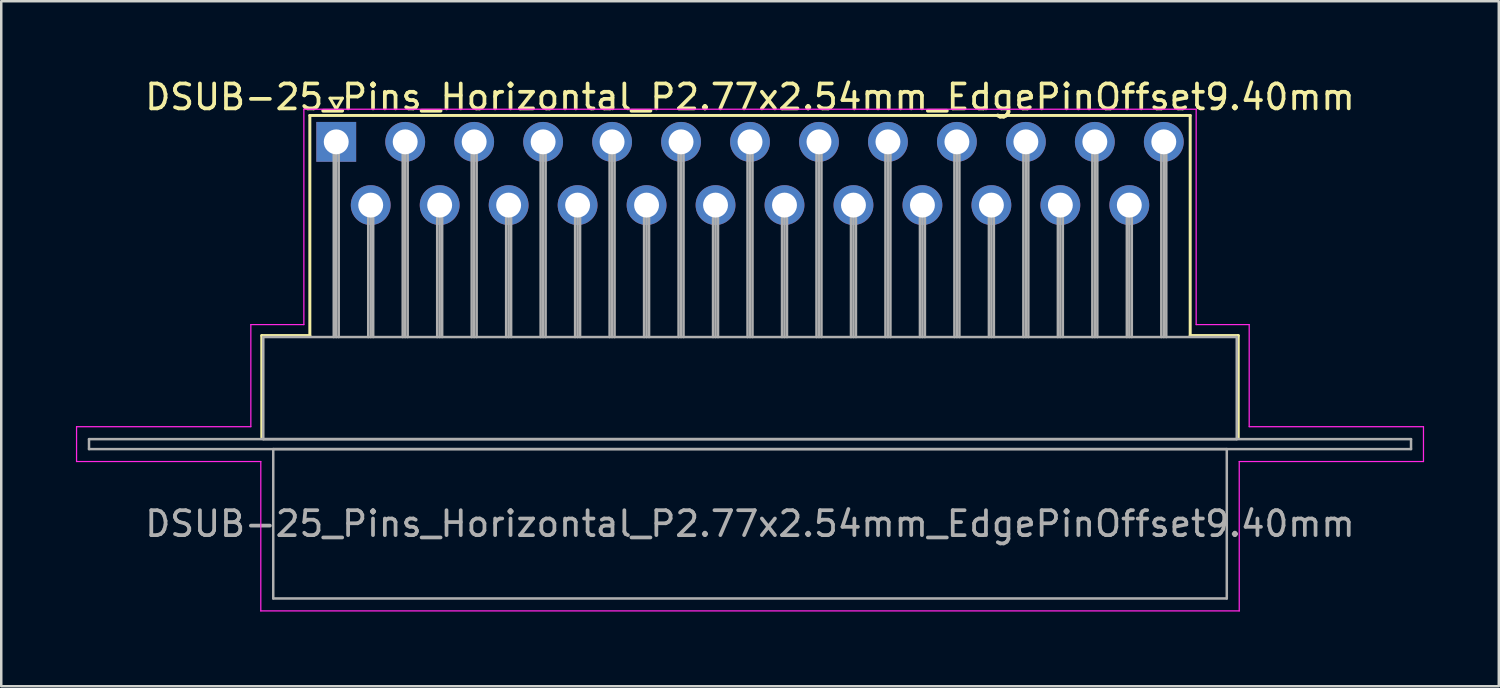
<source format=kicad_pcb>
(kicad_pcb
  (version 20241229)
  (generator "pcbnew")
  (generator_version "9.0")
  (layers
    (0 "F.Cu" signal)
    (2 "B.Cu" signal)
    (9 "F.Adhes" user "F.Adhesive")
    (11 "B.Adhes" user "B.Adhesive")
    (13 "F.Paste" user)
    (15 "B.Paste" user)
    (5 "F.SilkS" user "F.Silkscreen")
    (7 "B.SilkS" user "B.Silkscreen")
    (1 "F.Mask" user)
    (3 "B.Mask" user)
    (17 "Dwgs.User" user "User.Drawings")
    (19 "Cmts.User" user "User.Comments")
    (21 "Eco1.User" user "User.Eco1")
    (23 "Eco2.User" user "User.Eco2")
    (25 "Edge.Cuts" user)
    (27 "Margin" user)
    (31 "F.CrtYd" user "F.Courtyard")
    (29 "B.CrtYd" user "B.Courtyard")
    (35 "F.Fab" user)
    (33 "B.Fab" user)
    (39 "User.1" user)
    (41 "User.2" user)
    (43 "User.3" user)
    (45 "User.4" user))
  (footprint "DSUB-25_Pins_Horizontal_P2.77x2.54mm_EdgePinOffset9.40mm"
    (layer "F.Cu")
    (at 10.455 2.648)
    (property "Reference" "DSUB-25_Pins_Horizontal_P2.77x2.54mm_EdgePinOffset9.40mm" (at 16.62 -1.8 0) (layer "F.SilkS") (effects (font (size 1 1) (thickness 0.15))))
    (attr through_hole)
    (fp_line (start -2.99 7.78) (end -1.06 7.78) (stroke (width 0.12) (type solid)) (layer "F.SilkS"))
    (fp_line (start -2.99 11.88) (end -2.99 7.78) (stroke (width 0.12) (type solid)) (layer "F.SilkS"))
    (fp_line (start -1.06 -1.06) (end 34.3 -1.06) (stroke (width 0.12) (type solid)) (layer "F.SilkS"))
    (fp_line (start -1.06 7.78) (end -1.06 -1.06) (stroke (width 0.12) (type solid)) (layer "F.SilkS"))
    (fp_line (start -0.25 -1.754) (end 0.25 -1.754) (stroke (width 0.12) (type solid)) (layer "F.SilkS"))
    (fp_line (start 0 -1.321) (end -0.25 -1.754) (stroke (width 0.12) (type solid)) (layer "F.SilkS"))
    (fp_line (start 0.25 -1.754) (end 0 -1.321) (stroke (width 0.12) (type solid)) (layer "F.SilkS"))
    (fp_line (start 34.3 -1.06) (end 34.3 7.78) (stroke (width 0.12) (type solid)) (layer "F.SilkS"))
    (fp_line (start 34.3 7.78) (end 36.23 7.78) (stroke (width 0.12) (type solid)) (layer "F.SilkS"))
    (fp_line (start 36.23 7.78) (end 36.23 11.88) (stroke (width 0.12) (type solid)) (layer "F.SilkS"))
    (fp_line (start -10.43 11.44) (end -3.43 11.44) (stroke (width 0.05) (type solid)) (layer "F.CrtYd"))
    (fp_line (start -10.43 12.84) (end -10.43 11.44) (stroke (width 0.05) (type solid)) (layer "F.CrtYd"))
    (fp_line (start -3.43 7.34) (end -1.3 7.34) (stroke (width 0.05) (type solid)) (layer "F.CrtYd"))
    (fp_line (start -3.43 11.44) (end -3.43 7.34) (stroke (width 0.05) (type solid)) (layer "F.CrtYd"))
    (fp_line (start -3.03 12.84) (end -10.43 12.84) (stroke (width 0.05) (type solid)) (layer "F.CrtYd"))
    (fp_line (start -3.03 18.84) (end -3.03 12.84) (stroke (width 0.05) (type solid)) (layer "F.CrtYd"))
    (fp_line (start -1.3 -1.31) (end 34.54 -1.31) (stroke (width 0.05) (type solid)) (layer "F.CrtYd"))
    (fp_line (start -1.3 7.34) (end -1.3 -1.31) (stroke (width 0.05) (type solid)) (layer "F.CrtYd"))
    (fp_line (start 34.54 -1.31) (end 34.54 7.34) (stroke (width 0.05) (type solid)) (layer "F.CrtYd"))
    (fp_line (start 34.54 7.34) (end 36.67 7.34) (stroke (width 0.05) (type solid)) (layer "F.CrtYd"))
    (fp_line (start 36.27 12.84) (end 36.27 18.84) (stroke (width 0.05) (type solid)) (layer "F.CrtYd"))
    (fp_line (start 36.27 18.84) (end -3.03 18.84) (stroke (width 0.05) (type solid)) (layer "F.CrtYd"))
    (fp_line (start 36.67 7.34) (end 36.67 11.44) (stroke (width 0.05) (type solid)) (layer "F.CrtYd"))
    (fp_line (start 36.67 11.44) (end 43.67 11.44) (stroke (width 0.05) (type solid)) (layer "F.CrtYd"))
    (fp_line (start 43.67 11.44) (end 43.67 12.84) (stroke (width 0.05) (type solid)) (layer "F.CrtYd"))
    (fp_line (start 43.67 12.84) (end 36.27 12.84) (stroke (width 0.05) (type solid)) (layer "F.CrtYd"))
    (fp_line (start -9.93 11.94) (end -9.93 12.34) (stroke (width 0.1) (type solid)) (layer "F.Fab"))
    (fp_line (start -9.93 12.34) (end 43.17 12.34) (stroke (width 0.1) (type solid)) (layer "F.Fab"))
    (fp_line (start -2.93 7.84) (end -2.93 11.94) (stroke (width 0.1) (type solid)) (layer "F.Fab"))
    (fp_line (start -2.93 11.94) (end 36.17 11.94) (stroke (width 0.1) (type solid)) (layer "F.Fab"))
    (fp_line (start -2.53 12.34) (end -2.53 18.34) (stroke (width 0.1) (type solid)) (layer "F.Fab"))
    (fp_line (start -2.53 18.34) (end 35.77 18.34) (stroke (width 0.1) (type solid)) (layer "F.Fab"))
    (fp_line (start -0.1 0) (end -0.1 7.84) (stroke (width 0.1) (type solid)) (layer "F.Fab"))
    (fp_line (start 0 0) (end 0 7.84) (stroke (width 0.1) (type solid)) (layer "F.Fab"))
    (fp_line (start 0.1 0) (end 0.1 7.84) (stroke (width 0.1) (type solid)) (layer "F.Fab"))
    (fp_line (start 1.285 2.54) (end 1.285 7.84) (stroke (width 0.1) (type solid)) (layer "F.Fab"))
    (fp_line (start 1.385 2.54) (end 1.385 7.84) (stroke (width 0.1) (type solid)) (layer "F.Fab"))
    (fp_line (start 1.485 2.54) (end 1.485 7.84) (stroke (width 0.1) (type solid)) (layer "F.Fab"))
    (fp_line (start 2.67 0) (end 2.67 7.84) (stroke (width 0.1) (type solid)) (layer "F.Fab"))
    (fp_line (start 2.77 0) (end 2.77 7.84) (stroke (width 0.1) (type solid)) (layer "F.Fab"))
    (fp_line (start 2.87 0) (end 2.87 7.84) (stroke (width 0.1) (type solid)) (layer "F.Fab"))
    (fp_line (start 4.055 2.54) (end 4.055 7.84) (stroke (width 0.1) (type solid)) (layer "F.Fab"))
    (fp_line (start 4.155 2.54) (end 4.155 7.84) (stroke (width 0.1) (type solid)) (layer "F.Fab"))
    (fp_line (start 4.255 2.54) (end 4.255 7.84) (stroke (width 0.1) (type solid)) (layer "F.Fab"))
    (fp_line (start 5.44 0) (end 5.44 7.84) (stroke (width 0.1) (type solid)) (layer "F.Fab"))
    (fp_line (start 5.54 0) (end 5.54 7.84) (stroke (width 0.1) (type solid)) (layer "F.Fab"))
    (fp_line (start 5.64 0) (end 5.64 7.84) (stroke (width 0.1) (type solid)) (layer "F.Fab"))
    (fp_line (start 6.825 2.54) (end 6.825 7.84) (stroke (width 0.1) (type solid)) (layer "F.Fab"))
    (fp_line (start 6.925 2.54) (end 6.925 7.84) (stroke (width 0.1) (type solid)) (layer "F.Fab"))
    (fp_line (start 7.025 2.54) (end 7.025 7.84) (stroke (width 0.1) (type solid)) (layer "F.Fab"))
    (fp_line (start 8.21 0) (end 8.21 7.84) (stroke (width 0.1) (type solid)) (layer "F.Fab"))
    (fp_line (start 8.31 0) (end 8.31 7.84) (stroke (width 0.1) (type solid)) (layer "F.Fab"))
    (fp_line (start 8.41 0) (end 8.41 7.84) (stroke (width 0.1) (type solid)) (layer "F.Fab"))
    (fp_line (start 9.595 2.54) (end 9.595 7.84) (stroke (width 0.1) (type solid)) (layer "F.Fab"))
    (fp_line (start 9.695 2.54) (end 9.695 7.84) (stroke (width 0.1) (type solid)) (layer "F.Fab"))
    (fp_line (start 9.795 2.54) (end 9.795 7.84) (stroke (width 0.1) (type solid)) (layer "F.Fab"))
    (fp_line (start 10.98 0) (end 10.98 7.84) (stroke (width 0.1) (type solid)) (layer "F.Fab"))
    (fp_line (start 11.08 0) (end 11.08 7.84) (stroke (width 0.1) (type solid)) (layer "F.Fab"))
    (fp_line (start 11.18 0) (end 11.18 7.84) (stroke (width 0.1) (type solid)) (layer "F.Fab"))
    (fp_line (start 12.365 2.54) (end 12.365 7.84) (stroke (width 0.1) (type solid)) (layer "F.Fab"))
    (fp_line (start 12.465 2.54) (end 12.465 7.84) (stroke (width 0.1) (type solid)) (layer "F.Fab"))
    (fp_line (start 12.565 2.54) (end 12.565 7.84) (stroke (width 0.1) (type solid)) (layer "F.Fab"))
    (fp_line (start 13.75 0) (end 13.75 7.84) (stroke (width 0.1) (type solid)) (layer "F.Fab"))
    (fp_line (start 13.85 0) (end 13.85 7.84) (stroke (width 0.1) (type solid)) (layer "F.Fab"))
    (fp_line (start 13.95 0) (end 13.95 7.84) (stroke (width 0.1) (type solid)) (layer "F.Fab"))
    (fp_line (start 15.135 2.54) (end 15.135 7.84) (stroke (width 0.1) (type solid)) (layer "F.Fab"))
    (fp_line (start 15.235 2.54) (end 15.235 7.84) (stroke (width 0.1) (type solid)) (layer "F.Fab"))
    (fp_line (start 15.335 2.54) (end 15.335 7.84) (stroke (width 0.1) (type solid)) (layer "F.Fab"))
    (fp_line (start 16.52 0) (end 16.52 7.84) (stroke (width 0.1) (type solid)) (layer "F.Fab"))
    (fp_line (start 16.62 0) (end 16.62 7.84) (stroke (width 0.1) (type solid)) (layer "F.Fab"))
    (fp_line (start 16.72 0) (end 16.72 7.84) (stroke (width 0.1) (type solid)) (layer "F.Fab"))
    (fp_line (start 17.905 2.54) (end 17.905 7.84) (stroke (width 0.1) (type solid)) (layer "F.Fab"))
    (fp_line (start 18.005 2.54) (end 18.005 7.84) (stroke (width 0.1) (type solid)) (layer "F.Fab"))
    (fp_line (start 18.105 2.54) (end 18.105 7.84) (stroke (width 0.1) (type solid)) (layer "F.Fab"))
    (fp_line (start 19.29 0) (end 19.29 7.84) (stroke (width 0.1) (type solid)) (layer "F.Fab"))
    (fp_line (start 19.39 0) (end 19.39 7.84) (stroke (width 0.1) (type solid)) (layer "F.Fab"))
    (fp_line (start 19.49 0) (end 19.49 7.84) (stroke (width 0.1) (type solid)) (layer "F.Fab"))
    (fp_line (start 20.675 2.54) (end 20.675 7.84) (stroke (width 0.1) (type solid)) (layer "F.Fab"))
    (fp_line (start 20.775 2.54) (end 20.775 7.84) (stroke (width 0.1) (type solid)) (layer "F.Fab"))
    (fp_line (start 20.875 2.54) (end 20.875 7.84) (stroke (width 0.1) (type solid)) (layer "F.Fab"))
    (fp_line (start 22.06 0) (end 22.06 7.84) (stroke (width 0.1) (type solid)) (layer "F.Fab"))
    (fp_line (start 22.16 0) (end 22.16 7.84) (stroke (width 0.1) (type solid)) (layer "F.Fab"))
    (fp_line (start 22.26 0) (end 22.26 7.84) (stroke (width 0.1) (type solid)) (layer "F.Fab"))
    (fp_line (start 23.445 2.54) (end 23.445 7.84) (stroke (width 0.1) (type solid)) (layer "F.Fab"))
    (fp_line (start 23.545 2.54) (end 23.545 7.84) (stroke (width 0.1) (type solid)) (layer "F.Fab"))
    (fp_line (start 23.645 2.54) (end 23.645 7.84) (stroke (width 0.1) (type solid)) (layer "F.Fab"))
    (fp_line (start 24.83 0) (end 24.83 7.84) (stroke (width 0.1) (type solid)) (layer "F.Fab"))
    (fp_line (start 24.93 0) (end 24.93 7.84) (stroke (width 0.1) (type solid)) (layer "F.Fab"))
    (fp_line (start 25.03 0) (end 25.03 7.84) (stroke (width 0.1) (type solid)) (layer "F.Fab"))
    (fp_line (start 26.215 2.54) (end 26.215 7.84) (stroke (width 0.1) (type solid)) (layer "F.Fab"))
    (fp_line (start 26.315 2.54) (end 26.315 7.84) (stroke (width 0.1) (type solid)) (layer "F.Fab"))
    (fp_line (start 26.415 2.54) (end 26.415 7.84) (stroke (width 0.1) (type solid)) (layer "F.Fab"))
    (fp_line (start 27.6 0) (end 27.6 7.84) (stroke (width 0.1) (type solid)) (layer "F.Fab"))
    (fp_line (start 27.7 0) (end 27.7 7.84) (stroke (width 0.1) (type solid)) (layer "F.Fab"))
    (fp_line (start 27.8 0) (end 27.8 7.84) (stroke (width 0.1) (type solid)) (layer "F.Fab"))
    (fp_line (start 28.985 2.54) (end 28.985 7.84) (stroke (width 0.1) (type solid)) (layer "F.Fab"))
    (fp_line (start 29.085 2.54) (end 29.085 7.84) (stroke (width 0.1) (type solid)) (layer "F.Fab"))
    (fp_line (start 29.185 2.54) (end 29.185 7.84) (stroke (width 0.1) (type solid)) (layer "F.Fab"))
    (fp_line (start 30.37 0) (end 30.37 7.84) (stroke (width 0.1) (type solid)) (layer "F.Fab"))
    (fp_line (start 30.47 0) (end 30.47 7.84) (stroke (width 0.1) (type solid)) (layer "F.Fab"))
    (fp_line (start 30.57 0) (end 30.57 7.84) (stroke (width 0.1) (type solid)) (layer "F.Fab"))
    (fp_line (start 31.755 2.54) (end 31.755 7.84) (stroke (width 0.1) (type solid)) (layer "F.Fab"))
    (fp_line (start 31.855 2.54) (end 31.855 7.84) (stroke (width 0.1) (type solid)) (layer "F.Fab"))
    (fp_line (start 31.955 2.54) (end 31.955 7.84) (stroke (width 0.1) (type solid)) (layer "F.Fab"))
    (fp_line (start 33.14 0) (end 33.14 7.84) (stroke (width 0.1) (type solid)) (layer "F.Fab"))
    (fp_line (start 33.24 0) (end 33.24 7.84) (stroke (width 0.1) (type solid)) (layer "F.Fab"))
    (fp_line (start 33.34 0) (end 33.34 7.84) (stroke (width 0.1) (type solid)) (layer "F.Fab"))
    (fp_line (start 35.77 12.34) (end -2.53 12.34) (stroke (width 0.1) (type solid)) (layer "F.Fab"))
    (fp_line (start 35.77 18.34) (end 35.77 12.34) (stroke (width 0.1) (type solid)) (layer "F.Fab"))
    (fp_line (start 36.17 7.84) (end -2.93 7.84) (stroke (width 0.1) (type solid)) (layer "F.Fab"))
    (fp_line (start 36.17 11.94) (end 36.17 7.84) (stroke (width 0.1) (type solid)) (layer "F.Fab"))
    (fp_line (start 43.17 11.94) (end -9.93 11.94) (stroke (width 0.1) (type solid)) (layer "F.Fab"))
    (fp_line (start 43.17 12.34) (end 43.17 11.94) (stroke (width 0.1) (type solid)) (layer "F.Fab"))
    (fp_text user "${REFERENCE}" (at 16.62 15.34 0) (layer "F.Fab") (effects (font (size 1 1) (thickness 0.15))))
    (pad "1" thru_hole rect (at 0 0) (size 1.6 1.6) (drill 1) (layers "*.Cu" "*.Mask"))
    (pad "2" thru_hole circle (at 2.77 0) (size 1.6 1.6) (drill 1) (layers "*.Cu" "*.Mask"))
    (pad "3" thru_hole circle (at 5.54 0) (size 1.6 1.6) (drill 1) (layers "*.Cu" "*.Mask"))
    (pad "4" thru_hole circle (at 8.31 0) (size 1.6 1.6) (drill 1) (layers "*.Cu" "*.Mask"))
    (pad "5" thru_hole circle (at 11.08 0) (size 1.6 1.6) (drill 1) (layers "*.Cu" "*.Mask"))
    (pad "6" thru_hole circle (at 13.85 0) (size 1.6 1.6) (drill 1) (layers "*.Cu" "*.Mask"))
    (pad "7" thru_hole circle (at 16.62 0) (size 1.6 1.6) (drill 1) (layers "*.Cu" "*.Mask"))
    (pad "8" thru_hole circle (at 19.39 0) (size 1.6 1.6) (drill 1) (layers "*.Cu" "*.Mask"))
    (pad "9" thru_hole circle (at 22.16 0) (size 1.6 1.6) (drill 1) (layers "*.Cu" "*.Mask"))
    (pad "10" thru_hole circle (at 24.93 0) (size 1.6 1.6) (drill 1) (layers "*.Cu" "*.Mask"))
    (pad "11" thru_hole circle (at 27.7 0) (size 1.6 1.6) (drill 1) (layers "*.Cu" "*.Mask"))
    (pad "12" thru_hole circle (at 30.47 0) (size 1.6 1.6) (drill 1) (layers "*.Cu" "*.Mask"))
    (pad "13" thru_hole circle (at 33.24 0) (size 1.6 1.6) (drill 1) (layers "*.Cu" "*.Mask"))
    (pad "14" thru_hole circle (at 1.385 2.54) (size 1.6 1.6) (drill 1) (layers "*.Cu" "*.Mask"))
    (pad "15" thru_hole circle (at 4.155 2.54) (size 1.6 1.6) (drill 1) (layers "*.Cu" "*.Mask"))
    (pad "16" thru_hole circle (at 6.925 2.54) (size 1.6 1.6) (drill 1) (layers "*.Cu" "*.Mask"))
    (pad "17" thru_hole circle (at 9.695 2.54) (size 1.6 1.6) (drill 1) (layers "*.Cu" "*.Mask"))
    (pad "18" thru_hole circle (at 12.465 2.54) (size 1.6 1.6) (drill 1) (layers "*.Cu" "*.Mask"))
    (pad "19" thru_hole circle (at 15.235 2.54) (size 1.6 1.6) (drill 1) (layers "*.Cu" "*.Mask"))
    (pad "20" thru_hole circle (at 18.005 2.54) (size 1.6 1.6) (drill 1) (layers "*.Cu" "*.Mask"))
    (pad "21" thru_hole circle (at 20.775 2.54) (size 1.6 1.6) (drill 1) (layers "*.Cu" "*.Mask"))
    (pad "22" thru_hole circle (at 23.545 2.54) (size 1.6 1.6) (drill 1) (layers "*.Cu" "*.Mask"))
    (pad "23" thru_hole circle (at 26.315 2.54) (size 1.6 1.6) (drill 1) (layers "*.Cu" "*.Mask"))
    (pad "24" thru_hole circle (at 29.085 2.54) (size 1.6 1.6) (drill 1) (layers "*.Cu" "*.Mask"))
    (pad "25" thru_hole circle (at 31.855 2.54) (size 1.6 1.6) (drill 1) (layers "*.Cu" "*.Mask")))
  (gr_rect
    (start -3 -3)
    (end 57.15 24.513)
    (stroke (width 0.1) (type default))
    (fill no)
    (layer "Edge.Cuts")))
</source>
